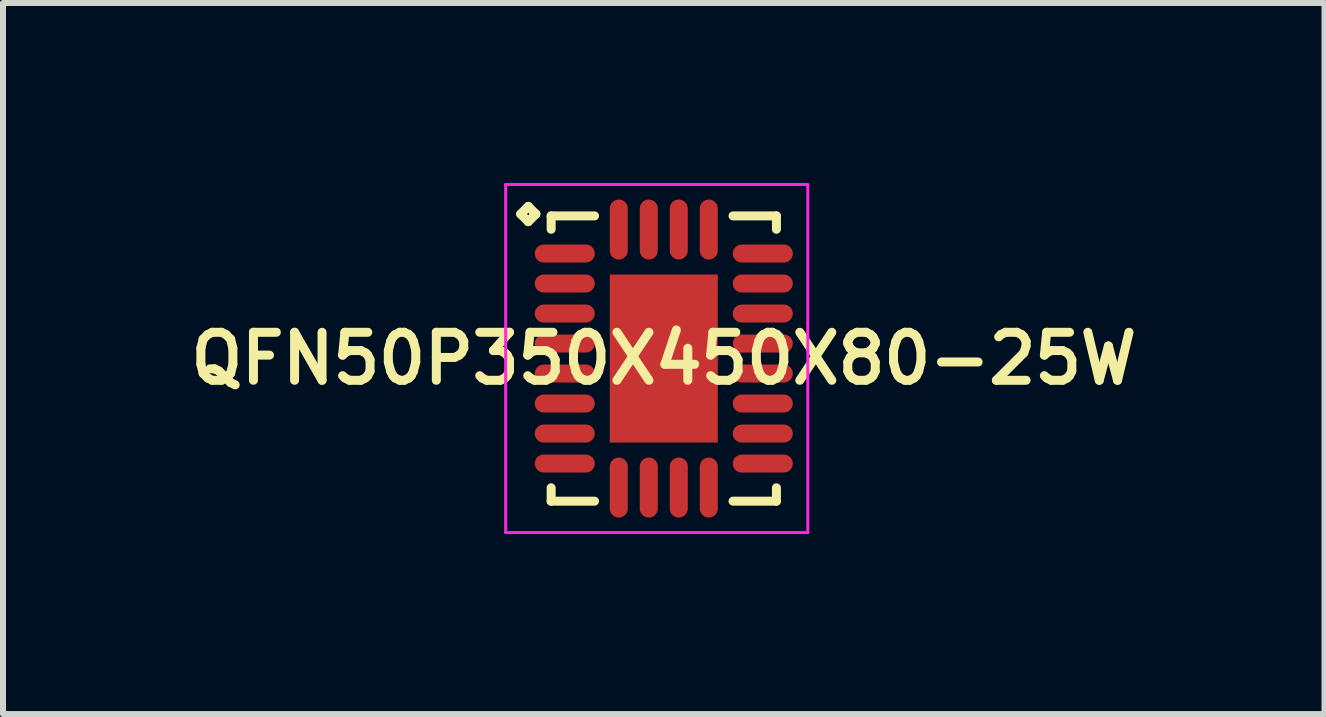
<source format=kicad_pcb>
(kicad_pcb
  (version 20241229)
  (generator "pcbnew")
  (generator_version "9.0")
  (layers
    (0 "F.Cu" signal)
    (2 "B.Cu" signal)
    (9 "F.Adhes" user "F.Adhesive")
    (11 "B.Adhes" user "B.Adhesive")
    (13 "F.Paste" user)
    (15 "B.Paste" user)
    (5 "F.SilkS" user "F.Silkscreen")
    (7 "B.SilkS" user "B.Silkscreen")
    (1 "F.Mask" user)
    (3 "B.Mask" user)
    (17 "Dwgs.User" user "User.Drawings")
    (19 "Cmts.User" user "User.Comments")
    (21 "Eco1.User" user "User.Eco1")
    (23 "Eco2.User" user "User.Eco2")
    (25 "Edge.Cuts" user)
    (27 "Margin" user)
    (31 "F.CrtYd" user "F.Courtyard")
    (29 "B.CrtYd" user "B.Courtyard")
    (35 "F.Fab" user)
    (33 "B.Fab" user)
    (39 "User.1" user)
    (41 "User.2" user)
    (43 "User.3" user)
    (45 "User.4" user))
  (footprint "QFN50P350X450X80-25W"
    (layer "F.Cu")
    (at 8.012 2.925)
    (property "Reference" "QFN50P350X450X80-25W" (at 0 0 0) (layer "F.SilkS") (effects (font (size 0.8 0.8) (thickness 0.15))))
    (attr smd)
    (fp_line (start -2.385 -2.408) (end -2.258 -2.535) (stroke (width 0.15) (type solid)) (layer "F.SilkS"))
    (fp_line (start -2.258 -2.535) (end -2.131 -2.408) (stroke (width 0.15) (type solid)) (layer "F.SilkS"))
    (fp_line (start -2.258 -2.281) (end -2.385 -2.408) (stroke (width 0.15) (type solid)) (layer "F.SilkS"))
    (fp_line (start -2.131 -2.408) (end -2.258 -2.281) (stroke (width 0.15) (type solid)) (layer "F.SilkS"))
    (fp_line (start -1.877 -2.377) (end -1.154 -2.377) (stroke (width 0.15) (type solid)) (layer "F.SilkS"))
    (fp_line (start -1.877 -2.154) (end -1.877 -2.377) (stroke (width 0.15) (type solid)) (layer "F.SilkS"))
    (fp_line (start -1.877 2.154) (end -1.877 2.377) (stroke (width 0.15) (type solid)) (layer "F.SilkS"))
    (fp_line (start -1.877 2.377) (end -1.154 2.377) (stroke (width 0.15) (type solid)) (layer "F.SilkS"))
    (fp_line (start 1.154 -2.377) (end 1.877 -2.377) (stroke (width 0.15) (type solid)) (layer "F.SilkS"))
    (fp_line (start 1.154 2.377) (end 1.877 2.377) (stroke (width 0.15) (type solid)) (layer "F.SilkS"))
    (fp_line (start 1.877 -2.377) (end 1.877 -2.154) (stroke (width 0.15) (type solid)) (layer "F.SilkS"))
    (fp_line (start 1.877 2.377) (end 1.877 2.154) (stroke (width 0.15) (type solid)) (layer "F.SilkS"))
    (fp_line (start -2.635 -2.9) (end 2.4 -2.9) (stroke (width 0.05) (type solid)) (layer "F.CrtYd"))
    (fp_line (start -2.635 2.9) (end -2.635 -2.9) (stroke (width 0.05) (type solid)) (layer "F.CrtYd"))
    (fp_line (start 2.4 -2.9) (end 2.4 2.9) (stroke (width 0.05) (type solid)) (layer "F.CrtYd"))
    (fp_line (start 2.4 2.9) (end -2.635 2.9) (stroke (width 0.05) (type solid)) (layer "F.CrtYd"))
    (pad "1" smd oval (at -1.65 -1.75) (size 1 0.3) (layers "F.Cu" "F.Mask" "F.Paste"))
    (pad "2" smd oval (at -1.65 -1.25) (size 1 0.3) (layers "F.Cu" "F.Mask" "F.Paste"))
    (pad "3" smd oval (at -1.65 -0.75) (size 1 0.3) (layers "F.Cu" "F.Mask" "F.Paste"))
    (pad "4" smd oval (at -1.65 -0.25) (size 1 0.3) (layers "F.Cu" "F.Mask" "F.Paste"))
    (pad "5" smd oval (at -1.65 0.25) (size 1 0.3) (layers "F.Cu" "F.Mask" "F.Paste"))
    (pad "6" smd oval (at -1.65 0.75) (size 1 0.3) (layers "F.Cu" "F.Mask" "F.Paste"))
    (pad "7" smd oval (at -1.65 1.25) (size 1 0.3) (layers "F.Cu" "F.Mask" "F.Paste"))
    (pad "8" smd oval (at -1.65 1.75) (size 1 0.3) (layers "F.Cu" "F.Mask" "F.Paste"))
    (pad "9" smd oval (at -0.75 2.15) (size 0.3 1) (layers "F.Cu" "F.Mask" "F.Paste"))
    (pad "10" smd oval (at -0.25 2.15) (size 0.3 1) (layers "F.Cu" "F.Mask" "F.Paste"))
    (pad "11" smd oval (at 0.25 2.15) (size 0.3 1) (layers "F.Cu" "F.Mask" "F.Paste"))
    (pad "12" smd oval (at 0.75 2.15) (size 0.3 1) (layers "F.Cu" "F.Mask" "F.Paste"))
    (pad "13" smd oval (at 1.65 1.75) (size 1 0.3) (layers "F.Cu" "F.Mask" "F.Paste"))
    (pad "14" smd oval (at 1.65 1.25) (size 1 0.3) (layers "F.Cu" "F.Mask" "F.Paste"))
    (pad "15" smd oval (at 1.65 0.75) (size 1 0.3) (layers "F.Cu" "F.Mask" "F.Paste"))
    (pad "16" smd oval (at 1.65 0.25) (size 1 0.3) (layers "F.Cu" "F.Mask" "F.Paste"))
    (pad "17" smd oval (at 1.65 -0.25) (size 1 0.3) (layers "F.Cu" "F.Mask" "F.Paste"))
    (pad "18" smd oval (at 1.65 -0.75) (size 1 0.3) (layers "F.Cu" "F.Mask" "F.Paste"))
    (pad "19" smd oval (at 1.65 -1.25) (size 1 0.3) (layers "F.Cu" "F.Mask" "F.Paste"))
    (pad "20" smd oval (at 1.65 -1.75) (size 1 0.3) (layers "F.Cu" "F.Mask" "F.Paste"))
    (pad "21" smd oval (at 0.75 -2.15) (size 0.3 1) (layers "F.Cu" "F.Mask" "F.Paste"))
    (pad "22" smd oval (at 0.25 -2.15) (size 0.3 1) (layers "F.Cu" "F.Mask" "F.Paste"))
    (pad "23" smd oval (at -0.25 -2.15) (size 0.3 1) (layers "F.Cu" "F.Mask" "F.Paste"))
    (pad "24" smd oval (at -0.75 -2.15) (size 0.3 1) (layers "F.Cu" "F.Mask" "F.Paste"))
    (pad "25" smd rect (at 0 0) (size 1.8 2.8) (layers "F.Cu" "F.Mask" "F.Paste")))
  (gr_rect
    (start -3 -3)
    (end 19.023 8.85)
    (stroke (width 0.1) (type default))
    (fill no)
    (layer "Edge.Cuts")))
</source>
